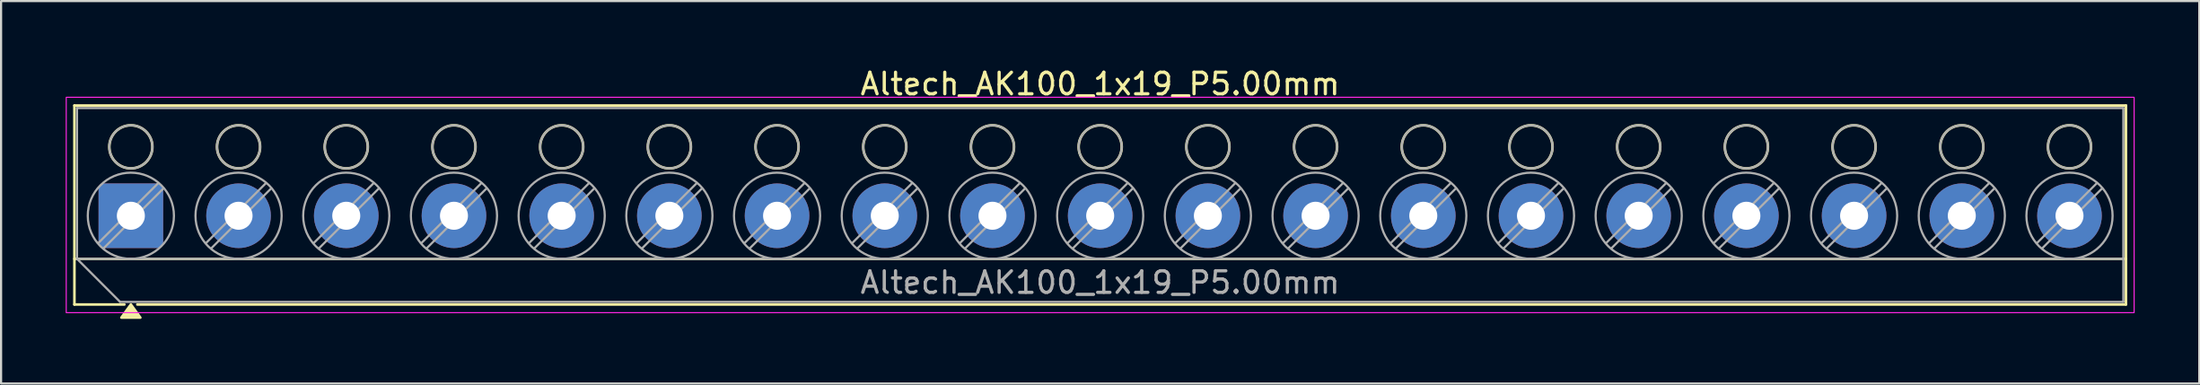
<source format=kicad_pcb>
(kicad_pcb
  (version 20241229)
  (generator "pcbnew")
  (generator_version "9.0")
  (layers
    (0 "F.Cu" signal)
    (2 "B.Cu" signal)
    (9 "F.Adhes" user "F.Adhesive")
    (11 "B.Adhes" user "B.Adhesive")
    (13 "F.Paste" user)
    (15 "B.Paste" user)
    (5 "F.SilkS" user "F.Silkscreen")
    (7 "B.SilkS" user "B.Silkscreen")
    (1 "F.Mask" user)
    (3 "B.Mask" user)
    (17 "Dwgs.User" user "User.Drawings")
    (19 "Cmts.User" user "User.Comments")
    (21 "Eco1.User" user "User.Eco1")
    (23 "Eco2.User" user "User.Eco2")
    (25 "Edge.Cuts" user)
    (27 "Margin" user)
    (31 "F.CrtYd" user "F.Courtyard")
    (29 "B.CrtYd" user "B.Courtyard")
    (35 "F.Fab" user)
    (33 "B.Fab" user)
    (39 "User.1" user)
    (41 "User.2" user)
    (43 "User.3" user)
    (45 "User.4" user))
  (footprint "Altech_AK100_1x19_P5.00mm"
    (layer "F.Cu")
    (at 3.025 6.968)
    (property "Reference" "Altech_AK100_1x19_P5.00mm" (at 45 -6.12 0) (layer "F.SilkS") (effects (font (size 1 1) (thickness 0.15))))
    (attr through_hole)
    (fp_line (start -2.62 -5.12) (end 92.62 -5.12) (stroke (width 0.12) (type solid)) (layer "F.SilkS"))
    (fp_line (start -2.62 2) (end 92.62 2) (stroke (width 0.12) (type solid)) (layer "F.SilkS"))
    (fp_line (start -2.62 4.12) (end -2.62 -5.12) (stroke (width 0.12) (type solid)) (layer "F.SilkS"))
    (fp_line (start -0.3 4.12) (end -2.62 4.12) (stroke (width 0.12) (type solid)) (layer "F.SilkS"))
    (fp_line (start 92.62 -5.12) (end 92.62 4.12) (stroke (width 0.12) (type solid)) (layer "F.SilkS"))
    (fp_line (start 92.62 4.12) (end 0.3 4.12) (stroke (width 0.12) (type solid)) (layer "F.SilkS"))
    (fp_circle (center 0 -3.2) (end 1 -3.2) (stroke (width 0.12) (type solid)) (fill no) (layer "F.SilkS"))
    (fp_circle (center 5 -3.2) (end 6 -3.2) (stroke (width 0.12) (type solid)) (fill no) (layer "F.SilkS"))
    (fp_circle (center 10 -3.2) (end 11 -3.2) (stroke (width 0.12) (type solid)) (fill no) (layer "F.SilkS"))
    (fp_circle (center 15 -3.2) (end 16 -3.2) (stroke (width 0.12) (type solid)) (fill no) (layer "F.SilkS"))
    (fp_circle (center 20 -3.2) (end 21 -3.2) (stroke (width 0.12) (type solid)) (fill no) (layer "F.SilkS"))
    (fp_circle (center 25 -3.2) (end 26 -3.2) (stroke (width 0.12) (type solid)) (fill no) (layer "F.SilkS"))
    (fp_circle (center 30 -3.2) (end 31 -3.2) (stroke (width 0.12) (type solid)) (fill no) (layer "F.SilkS"))
    (fp_circle (center 35 -3.2) (end 36 -3.2) (stroke (width 0.12) (type solid)) (fill no) (layer "F.SilkS"))
    (fp_circle (center 40 -3.2) (end 41 -3.2) (stroke (width 0.12) (type solid)) (fill no) (layer "F.SilkS"))
    (fp_circle (center 45 -3.2) (end 46 -3.2) (stroke (width 0.12) (type solid)) (fill no) (layer "F.SilkS"))
    (fp_circle (center 50 -3.2) (end 51 -3.2) (stroke (width 0.12) (type solid)) (fill no) (layer "F.SilkS"))
    (fp_circle (center 55 -3.2) (end 56 -3.2) (stroke (width 0.12) (type solid)) (fill no) (layer "F.SilkS"))
    (fp_circle (center 60 -3.2) (end 61 -3.2) (stroke (width 0.12) (type solid)) (fill no) (layer "F.SilkS"))
    (fp_circle (center 65 -3.2) (end 66 -3.2) (stroke (width 0.12) (type solid)) (fill no) (layer "F.SilkS"))
    (fp_circle (center 70 -3.2) (end 71 -3.2) (stroke (width 0.12) (type solid)) (fill no) (layer "F.SilkS"))
    (fp_circle (center 75 -3.2) (end 76 -3.2) (stroke (width 0.12) (type solid)) (fill no) (layer "F.SilkS"))
    (fp_circle (center 80 -3.2) (end 81 -3.2) (stroke (width 0.12) (type solid)) (fill no) (layer "F.SilkS"))
    (fp_circle (center 85 -3.2) (end 86 -3.2) (stroke (width 0.12) (type solid)) (fill no) (layer "F.SilkS"))
    (fp_circle (center 90 -3.2) (end 91 -3.2) (stroke (width 0.12) (type solid)) (fill no) (layer "F.SilkS"))
    (fp_poly (pts (xy 0 4.12) (xy 0.44 4.73) (xy -0.44 4.73)) (stroke (width 0.12) (type solid)) (fill yes) (layer "F.SilkS"))
    (fp_rect (start -3 -5.5) (end 93 4.5) (stroke (width 0.05) (type solid)) (fill no) (layer "F.CrtYd"))
    (fp_line (start -2.5 -5) (end 92.5 -5) (stroke (width 0.1) (type solid)) (layer "F.Fab"))
    (fp_line (start -2.5 2) (end -2.5 -5) (stroke (width 0.1) (type solid)) (layer "F.Fab"))
    (fp_line (start -2.5 2) (end 92.5 2) (stroke (width 0.1) (type solid)) (layer "F.Fab"))
    (fp_line (start -0.5 4) (end -2.5 2) (stroke (width 0.1) (type solid)) (layer "F.Fab"))
    (fp_line (start 1.273 -1.517) (end -1.517 1.273) (stroke (width 0.1) (type solid)) (layer "F.Fab"))
    (fp_line (start 1.517 -1.273) (end -1.273 1.517) (stroke (width 0.1) (type solid)) (layer "F.Fab"))
    (fp_line (start 6.273 -1.517) (end 3.483 1.273) (stroke (width 0.1) (type solid)) (layer "F.Fab"))
    (fp_line (start 6.517 -1.273) (end 3.727 1.517) (stroke (width 0.1) (type solid)) (layer "F.Fab"))
    (fp_line (start 11.273 -1.517) (end 8.483 1.273) (stroke (width 0.1) (type solid)) (layer "F.Fab"))
    (fp_line (start 11.517 -1.273) (end 8.727 1.517) (stroke (width 0.1) (type solid)) (layer "F.Fab"))
    (fp_line (start 16.273 -1.517) (end 13.483 1.273) (stroke (width 0.1) (type solid)) (layer "F.Fab"))
    (fp_line (start 16.517 -1.273) (end 13.727 1.517) (stroke (width 0.1) (type solid)) (layer "F.Fab"))
    (fp_line (start 21.273 -1.517) (end 18.483 1.273) (stroke (width 0.1) (type solid)) (layer "F.Fab"))
    (fp_line (start 21.517 -1.273) (end 18.727 1.517) (stroke (width 0.1) (type solid)) (layer "F.Fab"))
    (fp_line (start 26.273 -1.517) (end 23.483 1.273) (stroke (width 0.1) (type solid)) (layer "F.Fab"))
    (fp_line (start 26.517 -1.273) (end 23.727 1.517) (stroke (width 0.1) (type solid)) (layer "F.Fab"))
    (fp_line (start 31.273 -1.517) (end 28.483 1.273) (stroke (width 0.1) (type solid)) (layer "F.Fab"))
    (fp_line (start 31.517 -1.273) (end 28.727 1.517) (stroke (width 0.1) (type solid)) (layer "F.Fab"))
    (fp_line (start 36.273 -1.517) (end 33.483 1.273) (stroke (width 0.1) (type solid)) (layer "F.Fab"))
    (fp_line (start 36.517 -1.273) (end 33.727 1.517) (stroke (width 0.1) (type solid)) (layer "F.Fab"))
    (fp_line (start 41.273 -1.517) (end 38.483 1.273) (stroke (width 0.1) (type solid)) (layer "F.Fab"))
    (fp_line (start 41.517 -1.273) (end 38.727 1.517) (stroke (width 0.1) (type solid)) (layer "F.Fab"))
    (fp_line (start 46.273 -1.517) (end 43.483 1.273) (stroke (width 0.1) (type solid)) (layer "F.Fab"))
    (fp_line (start 46.517 -1.273) (end 43.727 1.517) (stroke (width 0.1) (type solid)) (layer "F.Fab"))
    (fp_line (start 51.273 -1.517) (end 48.483 1.273) (stroke (width 0.1) (type solid)) (layer "F.Fab"))
    (fp_line (start 51.517 -1.273) (end 48.727 1.517) (stroke (width 0.1) (type solid)) (layer "F.Fab"))
    (fp_line (start 56.273 -1.517) (end 53.483 1.273) (stroke (width 0.1) (type solid)) (layer "F.Fab"))
    (fp_line (start 56.517 -1.273) (end 53.727 1.517) (stroke (width 0.1) (type solid)) (layer "F.Fab"))
    (fp_line (start 61.273 -1.517) (end 58.483 1.273) (stroke (width 0.1) (type solid)) (layer "F.Fab"))
    (fp_line (start 61.517 -1.273) (end 58.727 1.517) (stroke (width 0.1) (type solid)) (layer "F.Fab"))
    (fp_line (start 66.273 -1.517) (end 63.483 1.273) (stroke (width 0.1) (type solid)) (layer "F.Fab"))
    (fp_line (start 66.517 -1.273) (end 63.727 1.517) (stroke (width 0.1) (type solid)) (layer "F.Fab"))
    (fp_line (start 71.273 -1.517) (end 68.483 1.273) (stroke (width 0.1) (type solid)) (layer "F.Fab"))
    (fp_line (start 71.517 -1.273) (end 68.727 1.517) (stroke (width 0.1) (type solid)) (layer "F.Fab"))
    (fp_line (start 76.273 -1.517) (end 73.483 1.273) (stroke (width 0.1) (type solid)) (layer "F.Fab"))
    (fp_line (start 76.517 -1.273) (end 73.727 1.517) (stroke (width 0.1) (type solid)) (layer "F.Fab"))
    (fp_line (start 81.273 -1.517) (end 78.483 1.273) (stroke (width 0.1) (type solid)) (layer "F.Fab"))
    (fp_line (start 81.517 -1.273) (end 78.727 1.517) (stroke (width 0.1) (type solid)) (layer "F.Fab"))
    (fp_line (start 86.273 -1.517) (end 83.483 1.273) (stroke (width 0.1) (type solid)) (layer "F.Fab"))
    (fp_line (start 86.517 -1.273) (end 83.727 1.517) (stroke (width 0.1) (type solid)) (layer "F.Fab"))
    (fp_line (start 91.273 -1.517) (end 88.483 1.273) (stroke (width 0.1) (type solid)) (layer "F.Fab"))
    (fp_line (start 91.517 -1.273) (end 88.727 1.517) (stroke (width 0.1) (type solid)) (layer "F.Fab"))
    (fp_line (start 92.5 -5) (end 92.5 4) (stroke (width 0.1) (type solid)) (layer "F.Fab"))
    (fp_line (start 92.5 4) (end -0.5 4) (stroke (width 0.1) (type solid)) (layer "F.Fab"))
    (fp_circle (center 0 -3.2) (end 1 -3.2) (stroke (width 0.1) (type solid)) (fill no) (layer "F.Fab"))
    (fp_circle (center 0 0) (end 2 0) (stroke (width 0.1) (type solid)) (fill no) (layer "F.Fab"))
    (fp_circle (center 5 -3.2) (end 6 -3.2) (stroke (width 0.1) (type solid)) (fill no) (layer "F.Fab"))
    (fp_circle (center 5 0) (end 7 0) (stroke (width 0.1) (type solid)) (fill no) (layer "F.Fab"))
    (fp_circle (center 10 -3.2) (end 11 -3.2) (stroke (width 0.1) (type solid)) (fill no) (layer "F.Fab"))
    (fp_circle (center 10 0) (end 12 0) (stroke (width 0.1) (type solid)) (fill no) (layer "F.Fab"))
    (fp_circle (center 15 -3.2) (end 16 -3.2) (stroke (width 0.1) (type solid)) (fill no) (layer "F.Fab"))
    (fp_circle (center 15 0) (end 17 0) (stroke (width 0.1) (type solid)) (fill no) (layer "F.Fab"))
    (fp_circle (center 20 -3.2) (end 21 -3.2) (stroke (width 0.1) (type solid)) (fill no) (layer "F.Fab"))
    (fp_circle (center 20 0) (end 22 0) (stroke (width 0.1) (type solid)) (fill no) (layer "F.Fab"))
    (fp_circle (center 25 -3.2) (end 26 -3.2) (stroke (width 0.1) (type solid)) (fill no) (layer "F.Fab"))
    (fp_circle (center 25 0) (end 27 0) (stroke (width 0.1) (type solid)) (fill no) (layer "F.Fab"))
    (fp_circle (center 30 -3.2) (end 31 -3.2) (stroke (width 0.1) (type solid)) (fill no) (layer "F.Fab"))
    (fp_circle (center 30 0) (end 32 0) (stroke (width 0.1) (type solid)) (fill no) (layer "F.Fab"))
    (fp_circle (center 35 -3.2) (end 36 -3.2) (stroke (width 0.1) (type solid)) (fill no) (layer "F.Fab"))
    (fp_circle (center 35 0) (end 37 0) (stroke (width 0.1) (type solid)) (fill no) (layer "F.Fab"))
    (fp_circle (center 40 -3.2) (end 41 -3.2) (stroke (width 0.1) (type solid)) (fill no) (layer "F.Fab"))
    (fp_circle (center 40 0) (end 42 0) (stroke (width 0.1) (type solid)) (fill no) (layer "F.Fab"))
    (fp_circle (center 45 -3.2) (end 46 -3.2) (stroke (width 0.1) (type solid)) (fill no) (layer "F.Fab"))
    (fp_circle (center 45 0) (end 47 0) (stroke (width 0.1) (type solid)) (fill no) (layer "F.Fab"))
    (fp_circle (center 50 -3.2) (end 51 -3.2) (stroke (width 0.1) (type solid)) (fill no) (layer "F.Fab"))
    (fp_circle (center 50 0) (end 52 0) (stroke (width 0.1) (type solid)) (fill no) (layer "F.Fab"))
    (fp_circle (center 55 -3.2) (end 56 -3.2) (stroke (width 0.1) (type solid)) (fill no) (layer "F.Fab"))
    (fp_circle (center 55 0) (end 57 0) (stroke (width 0.1) (type solid)) (fill no) (layer "F.Fab"))
    (fp_circle (center 60 -3.2) (end 61 -3.2) (stroke (width 0.1) (type solid)) (fill no) (layer "F.Fab"))
    (fp_circle (center 60 0) (end 62 0) (stroke (width 0.1) (type solid)) (fill no) (layer "F.Fab"))
    (fp_circle (center 65 -3.2) (end 66 -3.2) (stroke (width 0.1) (type solid)) (fill no) (layer "F.Fab"))
    (fp_circle (center 65 0) (end 67 0) (stroke (width 0.1) (type solid)) (fill no) (layer "F.Fab"))
    (fp_circle (center 70 -3.2) (end 71 -3.2) (stroke (width 0.1) (type solid)) (fill no) (layer "F.Fab"))
    (fp_circle (center 70 0) (end 72 0) (stroke (width 0.1) (type solid)) (fill no) (layer "F.Fab"))
    (fp_circle (center 75 -3.2) (end 76 -3.2) (stroke (width 0.1) (type solid)) (fill no) (layer "F.Fab"))
    (fp_circle (center 75 0) (end 77 0) (stroke (width 0.1) (type solid)) (fill no) (layer "F.Fab"))
    (fp_circle (center 80 -3.2) (end 81 -3.2) (stroke (width 0.1) (type solid)) (fill no) (layer "F.Fab"))
    (fp_circle (center 80 0) (end 82 0) (stroke (width 0.1) (type solid)) (fill no) (layer "F.Fab"))
    (fp_circle (center 85 -3.2) (end 86 -3.2) (stroke (width 0.1) (type solid)) (fill no) (layer "F.Fab"))
    (fp_circle (center 85 0) (end 87 0) (stroke (width 0.1) (type solid)) (fill no) (layer "F.Fab"))
    (fp_circle (center 90 -3.2) (end 91 -3.2) (stroke (width 0.1) (type solid)) (fill no) (layer "F.Fab"))
    (fp_circle (center 90 0) (end 92 0) (stroke (width 0.1) (type solid)) (fill no) (layer "F.Fab"))
    (fp_text user "${REFERENCE}" (at 45 3.1 0) (layer "F.Fab") (effects (font (size 1 1) (thickness 0.15))))
    (pad "1" thru_hole roundrect (at 0 0) (size 3 3) (drill 1.3) (layers "*.Cu" "*.Mask") (roundrect_rratio 0.083))
    (pad "2" thru_hole circle (at 5 0) (size 3 3) (drill 1.3) (layers "*.Cu" "*.Mask"))
    (pad "3" thru_hole circle (at 10 0) (size 3 3) (drill 1.3) (layers "*.Cu" "*.Mask"))
    (pad "4" thru_hole circle (at 15 0) (size 3 3) (drill 1.3) (layers "*.Cu" "*.Mask"))
    (pad "5" thru_hole circle (at 20 0) (size 3 3) (drill 1.3) (layers "*.Cu" "*.Mask"))
    (pad "6" thru_hole circle (at 25 0) (size 3 3) (drill 1.3) (layers "*.Cu" "*.Mask"))
    (pad "7" thru_hole circle (at 30 0) (size 3 3) (drill 1.3) (layers "*.Cu" "*.Mask"))
    (pad "8" thru_hole circle (at 35 0) (size 3 3) (drill 1.3) (layers "*.Cu" "*.Mask"))
    (pad "9" thru_hole circle (at 40 0) (size 3 3) (drill 1.3) (layers "*.Cu" "*.Mask"))
    (pad "10" thru_hole circle (at 45 0) (size 3 3) (drill 1.3) (layers "*.Cu" "*.Mask"))
    (pad "11" thru_hole circle (at 50 0) (size 3 3) (drill 1.3) (layers "*.Cu" "*.Mask"))
    (pad "12" thru_hole circle (at 55 0) (size 3 3) (drill 1.3) (layers "*.Cu" "*.Mask"))
    (pad "13" thru_hole circle (at 60 0) (size 3 3) (drill 1.3) (layers "*.Cu" "*.Mask"))
    (pad "14" thru_hole circle (at 65 0) (size 3 3) (drill 1.3) (layers "*.Cu" "*.Mask"))
    (pad "15" thru_hole circle (at 70 0) (size 3 3) (drill 1.3) (layers "*.Cu" "*.Mask"))
    (pad "16" thru_hole circle (at 75 0) (size 3 3) (drill 1.3) (layers "*.Cu" "*.Mask"))
    (pad "17" thru_hole circle (at 80 0) (size 3 3) (drill 1.3) (layers "*.Cu" "*.Mask"))
    (pad "18" thru_hole circle (at 85 0) (size 3 3) (drill 1.3) (layers "*.Cu" "*.Mask"))
    (pad "19" thru_hole circle (at 90 0) (size 3 3) (drill 1.3) (layers "*.Cu" "*.Mask")))
  (gr_rect
    (start -3 -3)
    (end 99.05 14.758)
    (stroke (width 0.1) (type default))
    (fill no)
    (layer "Edge.Cuts")))
</source>
